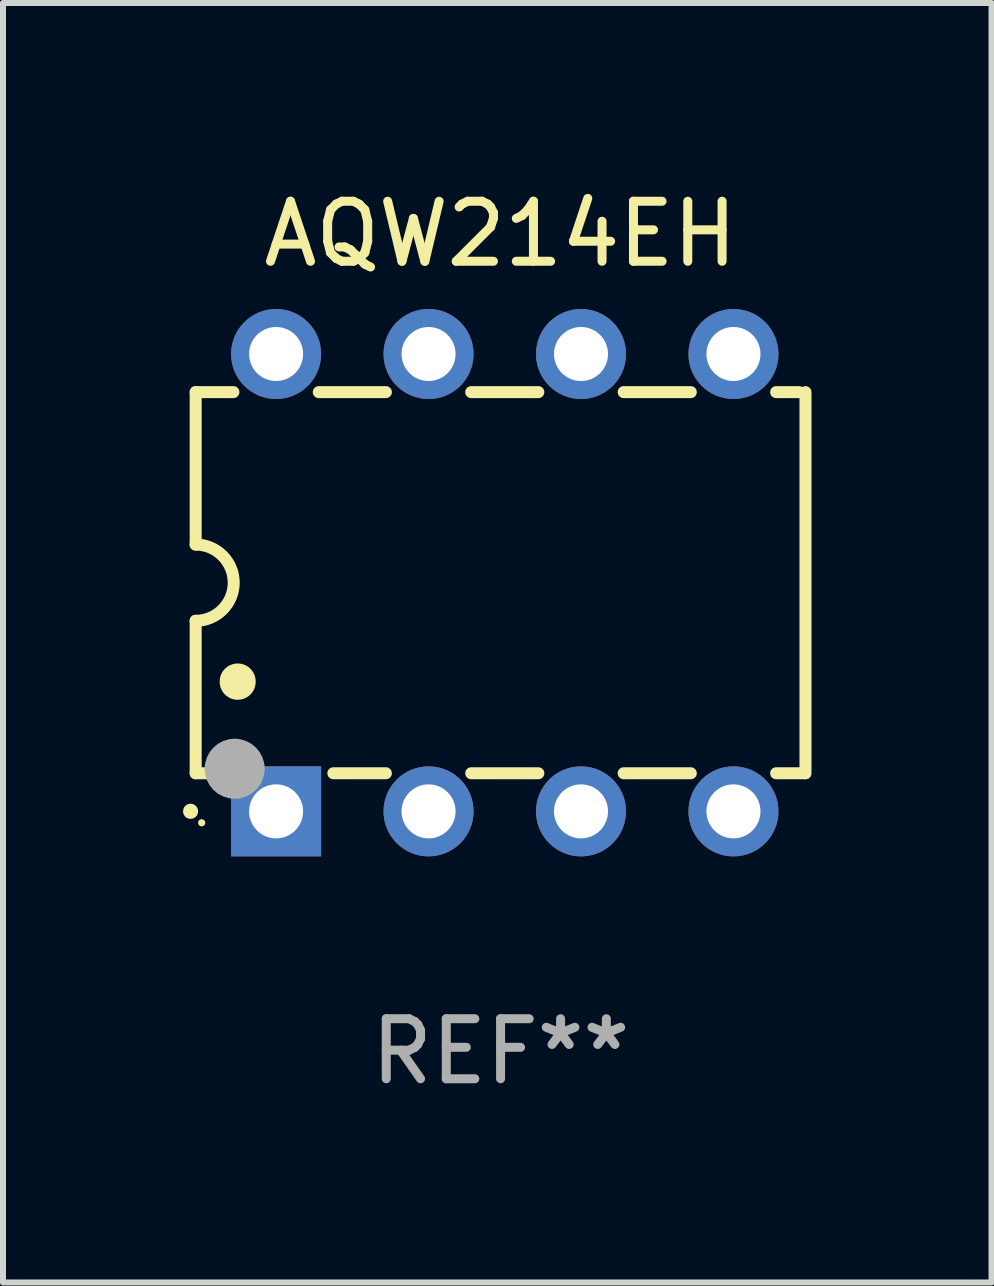
<source format=kicad_pcb>
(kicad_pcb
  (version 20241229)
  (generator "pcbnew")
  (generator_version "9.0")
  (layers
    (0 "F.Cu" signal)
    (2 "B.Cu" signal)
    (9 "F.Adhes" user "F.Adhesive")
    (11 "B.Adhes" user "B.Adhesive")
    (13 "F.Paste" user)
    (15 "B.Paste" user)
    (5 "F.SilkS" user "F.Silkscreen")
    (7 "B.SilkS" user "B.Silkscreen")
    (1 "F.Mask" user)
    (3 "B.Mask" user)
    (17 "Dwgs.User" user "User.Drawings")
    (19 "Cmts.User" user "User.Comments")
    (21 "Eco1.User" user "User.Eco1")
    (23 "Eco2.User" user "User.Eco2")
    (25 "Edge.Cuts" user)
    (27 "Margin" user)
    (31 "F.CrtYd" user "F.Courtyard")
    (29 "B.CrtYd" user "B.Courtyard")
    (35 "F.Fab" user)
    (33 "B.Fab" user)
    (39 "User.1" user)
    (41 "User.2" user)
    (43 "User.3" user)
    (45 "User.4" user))
  (footprint "AQW214EH"
    (layer "F.Cu")
    (at 5.29 6.658)
    (property "Reference" "AQW214EH" (at 0 -5.81 0) (layer "F.SilkS") (effects (font (size 1 1) (thickness 0.15))))
    (attr through_hole)
    (fp_line (start -5.08 -3.175) (end -4.451 -3.175) (stroke (width 0.2) (type solid)) (layer "F.SilkS"))
    (fp_line (start -5.08 -0.635) (end -5.08 -3.175) (stroke (width 0.2) (type solid)) (layer "F.SilkS"))
    (fp_line (start -5.08 3.175) (end -5.08 0.635) (stroke (width 0.2) (type solid)) (layer "F.SilkS"))
    (fp_line (start -4.694 3.175) (end -5.08 3.175) (stroke (width 0.2) (type solid)) (layer "F.SilkS"))
    (fp_line (start -3.029 -3.175) (end -1.911 -3.175) (stroke (width 0.2) (type solid)) (layer "F.SilkS"))
    (fp_line (start -1.911 3.175) (end -2.786 3.175) (stroke (width 0.2) (type solid)) (layer "F.SilkS"))
    (fp_line (start -0.489 -3.175) (end 0.629 -3.175) (stroke (width 0.2) (type solid)) (layer "F.SilkS"))
    (fp_line (start 0.629 3.175) (end -0.489 3.175) (stroke (width 0.2) (type solid)) (layer "F.SilkS"))
    (fp_line (start 2.051 -3.175) (end 3.169 -3.175) (stroke (width 0.2) (type solid)) (layer "F.SilkS"))
    (fp_line (start 3.169 3.175) (end 2.051 3.175) (stroke (width 0.2) (type solid)) (layer "F.SilkS"))
    (fp_line (start 4.591 -3.175) (end 4.97 -3.175) (stroke (width 0.2) (type solid)) (layer "F.SilkS"))
    (fp_line (start 5.074 3.175) (end 4.591 3.175) (stroke (width 0.2) (type solid)) (layer "F.SilkS"))
    (fp_line (start 5.08 -3.175) (end 5.08 3.175) (stroke (width 0.2) (type solid)) (layer "F.SilkS"))
    (fp_arc (start -5.164948 3.810008) (mid -5.164955 3.808738) (end -5.164948 3.807468) (stroke (width 0.25) (type solid)) (layer "F.SilkS"))
    (fp_arc (start -5.081128 -0.635001) (mid -4.446127 0) (end -5.081128 0.635001) (stroke (width 0.2) (type solid)) (layer "F.SilkS"))
    (fp_arc (start -4.380086 1.651003) (mid -4.380097 1.648463) (end -4.380086 1.645923) (stroke (width 0.6) (type solid)) (layer "F.SilkS"))
    (fp_circle (center -4.98 4) (end -4.95 4) (stroke (width 0.06) (type solid)) (fill no) (layer "F.SilkS"))
    (fp_circle (center -4.43 3.1) (end -4.18 3.1) (stroke (width 0.5) (type solid)) (fill no) (layer "F.Fab"))
    (fp_text user "REF**" (at 0 7.81 0) (layer "F.Fab") (effects (font (size 1 1) (thickness 0.15))))
    (pad "1" thru_hole rect (at -3.74 3.81) (size 1.5 1.5) (drill 0.9) (layers "*.Cu" "*.Mask"))
    (pad "2" thru_hole circle (at -1.2 3.81) (size 1.5 1.5) (drill 0.9) (layers "*.Cu" "*.Mask"))
    (pad "3" thru_hole circle (at 1.34 3.81) (size 1.5 1.5) (drill 0.9) (layers "*.Cu" "*.Mask"))
    (pad "4" thru_hole circle (at 3.88 3.81) (size 1.5 1.5) (drill 0.9) (layers "*.Cu" "*.Mask"))
    (pad "5" thru_hole circle (at 3.88 -3.81) (size 1.5 1.5) (drill 0.9) (layers "*.Cu" "*.Mask"))
    (pad "6" thru_hole circle (at 1.34 -3.81) (size 1.5 1.5) (drill 0.9) (layers "*.Cu" "*.Mask"))
    (pad "7" thru_hole circle (at -1.2 -3.81) (size 1.5 1.5) (drill 0.9) (layers "*.Cu" "*.Mask"))
    (pad "8" thru_hole circle (at -3.74 -3.81) (size 1.5 1.5) (drill 0.9) (layers "*.Cu" "*.Mask")))
  (gr_rect
    (start -3 -3)
    (end 13.47 18.317)
    (stroke (width 0.1) (type default))
    (fill no)
    (layer "Edge.Cuts")))
</source>
